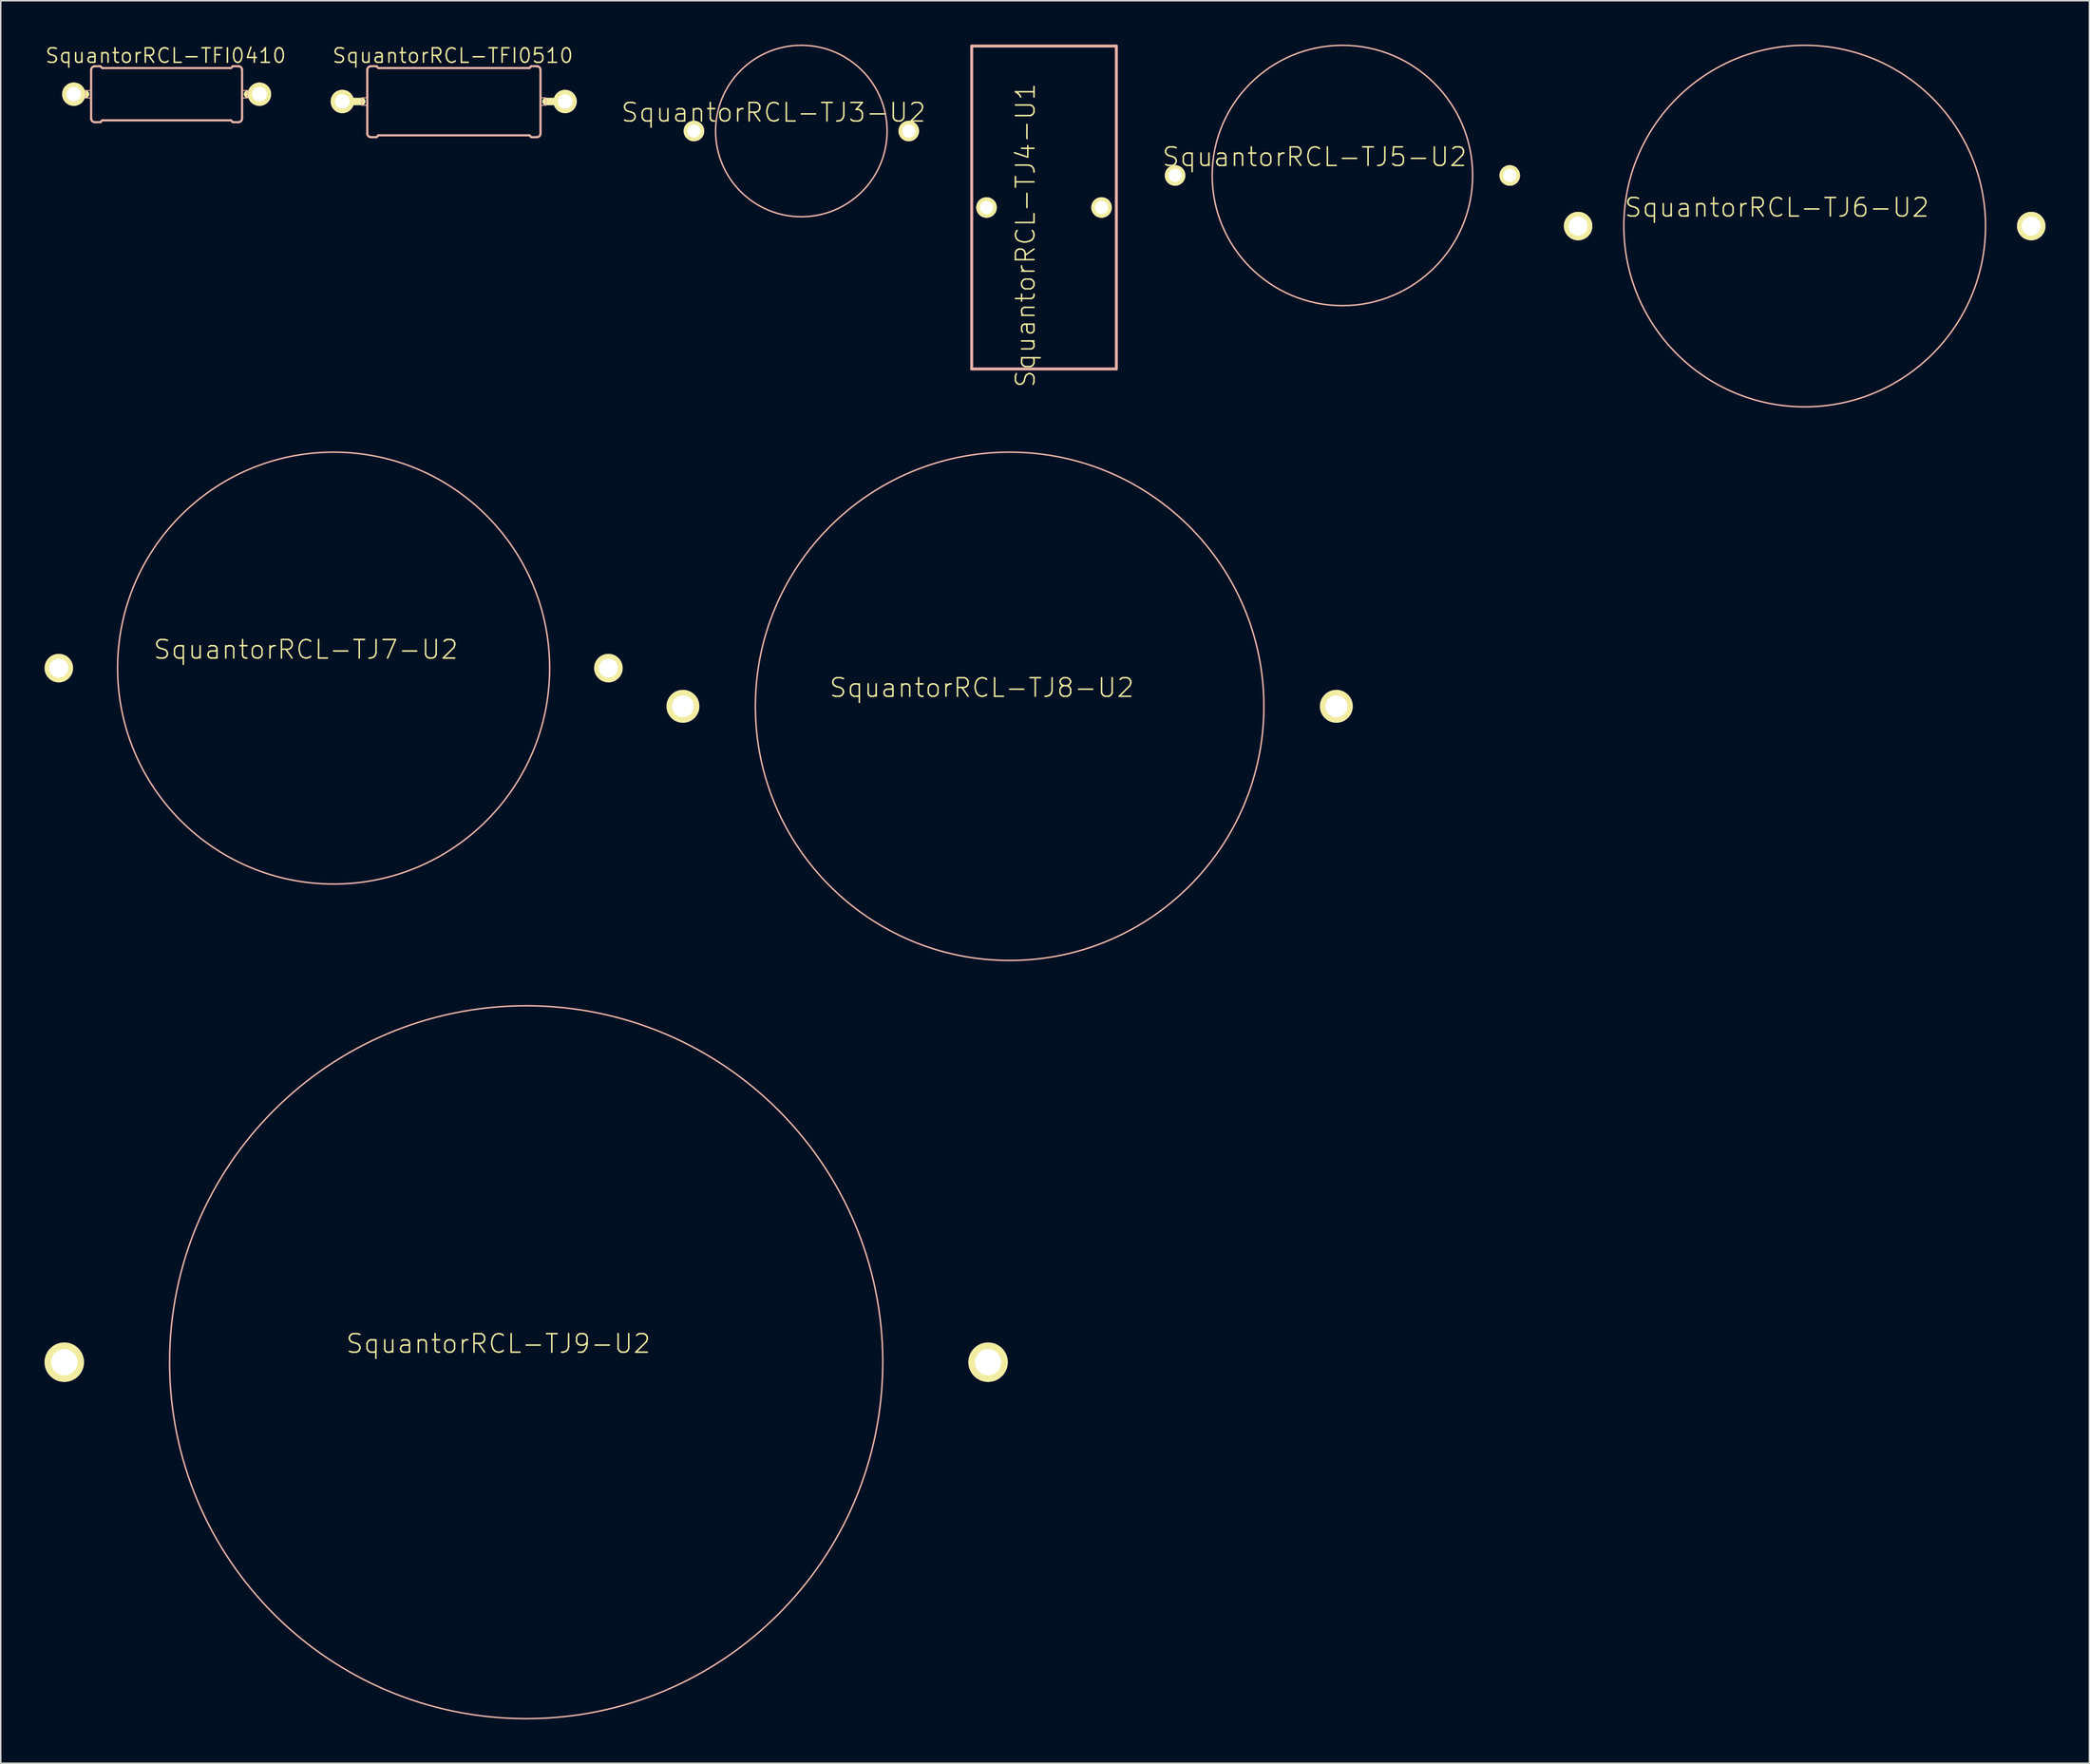
<source format=kicad_pcb>
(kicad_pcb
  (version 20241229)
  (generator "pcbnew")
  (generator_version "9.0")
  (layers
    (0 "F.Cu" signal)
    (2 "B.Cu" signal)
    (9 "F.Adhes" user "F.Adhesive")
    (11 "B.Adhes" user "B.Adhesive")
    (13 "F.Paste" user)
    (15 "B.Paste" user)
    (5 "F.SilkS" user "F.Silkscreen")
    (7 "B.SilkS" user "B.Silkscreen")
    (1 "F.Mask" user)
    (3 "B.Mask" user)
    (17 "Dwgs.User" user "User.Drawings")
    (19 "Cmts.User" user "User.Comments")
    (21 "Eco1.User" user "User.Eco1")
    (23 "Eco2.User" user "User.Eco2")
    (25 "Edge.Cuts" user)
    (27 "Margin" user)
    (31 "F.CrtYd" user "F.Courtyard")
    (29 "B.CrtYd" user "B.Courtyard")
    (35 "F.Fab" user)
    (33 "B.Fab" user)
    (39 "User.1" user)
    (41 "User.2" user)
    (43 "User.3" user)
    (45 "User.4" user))
  (footprint "SquantorRCL-TJ3-U2"
    (layer "F.Cu")
    (at 51.77 5.917)
    (property "Reference" "SquantorRCL-TJ3-U2" (at -1.905 -1.27 0) (layer "F.SilkS") (effects (font (size 1.27 1.27) (thickness 0.102))))
    (attr exclude_from_pos_files exclude_from_bom)
    (fp_circle (center 0 0) (end -4.148 4.148) (stroke (width 0.102) (type solid)) (fill no) (layer "B.SilkS"))
    (pad "1" thru_hole circle (at -7.348 0) (size 1.407 1.407) (drill 0.899) (layers "*.Cu" "F.Mask" "F.SilkS" "F.Paste"))
    (pad "2" thru_hole circle (at 7.348 0) (size 1.407 1.407) (drill 0.899) (layers "*.Cu" "F.Mask" "F.SilkS" "F.Paste")))
  (footprint "SquantorRCL-TFI0510"
    (layer "F.Cu")
    (at 27.988 3.897)
    (property "Reference" "SquantorRCL-TFI0510" (at -0.064 -3.139 0) (layer "F.SilkS") (effects (font (size 0.991 0.991) (thickness 0.102))))
    (attr exclude_from_pos_files exclude_from_bom)
    (fp_line (start -7.62 0) (end -6.289 0) (stroke (width 0.508) (type solid)) (layer "F.SilkS"))
    (fp_line (start 7.62 0) (end 6.314 0) (stroke (width 0.508) (type solid)) (layer "F.SilkS"))
    (fp_line (start -6.294 -0.254) (end -5.913 -0.254) (stroke (width 0.066) (type solid)) (layer "B.SilkS"))
    (fp_line (start -6.294 0.254) (end -6.294 -0.254) (stroke (width 0.066) (type solid)) (layer "B.SilkS"))
    (fp_line (start -6.294 0.254) (end -5.913 0.254) (stroke (width 0.066) (type solid)) (layer "B.SilkS"))
    (fp_line (start -5.913 0.254) (end -5.913 -0.254) (stroke (width 0.066) (type solid)) (layer "B.SilkS"))
    (fp_line (start -5.913 2.187) (end -5.913 -2.162) (stroke (width 0.152) (type solid)) (layer "B.SilkS"))
    (fp_line (start -5.659 -2.416) (end -5.278 -2.416) (stroke (width 0.152) (type solid)) (layer "B.SilkS"))
    (fp_line (start -5.659 2.441) (end -5.278 2.441) (stroke (width 0.152) (type solid)) (layer "B.SilkS"))
    (fp_line (start -5.151 -2.289) (end -5.278 -2.416) (stroke (width 0.152) (type solid)) (layer "B.SilkS"))
    (fp_line (start -5.151 2.314) (end -5.278 2.441) (stroke (width 0.152) (type solid)) (layer "B.SilkS"))
    (fp_line (start 5.177 -2.289) (end -5.151 -2.289) (stroke (width 0.152) (type solid)) (layer "B.SilkS"))
    (fp_line (start 5.177 -2.289) (end 5.304 -2.416) (stroke (width 0.152) (type solid)) (layer "B.SilkS"))
    (fp_line (start 5.177 2.314) (end -5.151 2.314) (stroke (width 0.152) (type solid)) (layer "B.SilkS"))
    (fp_line (start 5.177 2.314) (end 5.304 2.441) (stroke (width 0.152) (type solid)) (layer "B.SilkS"))
    (fp_line (start 5.685 -2.416) (end 5.304 -2.416) (stroke (width 0.152) (type solid)) (layer "B.SilkS"))
    (fp_line (start 5.685 2.441) (end 5.304 2.441) (stroke (width 0.152) (type solid)) (layer "B.SilkS"))
    (fp_line (start 5.939 -0.254) (end 6.32 -0.254) (stroke (width 0.066) (type solid)) (layer "B.SilkS"))
    (fp_line (start 5.939 0.254) (end 5.939 -0.254) (stroke (width 0.066) (type solid)) (layer "B.SilkS"))
    (fp_line (start 5.939 0.254) (end 6.32 0.254) (stroke (width 0.066) (type solid)) (layer "B.SilkS"))
    (fp_line (start 5.939 2.187) (end 5.939 -2.162) (stroke (width 0.152) (type solid)) (layer "B.SilkS"))
    (fp_line (start 6.32 0.254) (end 6.32 -0.254) (stroke (width 0.066) (type solid)) (layer "B.SilkS"))
    (fp_arc (start -5.91312 -2.16154) (mid -5.838725 -2.341145) (end -5.65912 -2.41554) (stroke (width 0.1524) (type solid)) (layer "B.SilkS"))
    (fp_arc (start -5.65912 2.44094) (mid -5.838725 2.366545) (end -5.91312 2.18694) (stroke (width 0.1524) (type solid)) (layer "B.SilkS"))
    (fp_arc (start 5.68452 -2.41554) (mid 5.864125 -2.341145) (end 5.93852 -2.16154) (stroke (width 0.1524) (type solid)) (layer "B.SilkS"))
    (fp_arc (start 5.93852 2.18694) (mid 5.864125 2.366545) (end 5.68452 2.44094) (stroke (width 0.1524) (type solid)) (layer "B.SilkS"))
    (pad "1" thru_hole circle (at -7.62 0) (size 1.598 1.598) (drill 0.998) (layers "*.Cu" "F.Mask" "F.SilkS" "F.Paste"))
    (pad "2" thru_hole circle (at 7.62 0) (size 1.598 1.598) (drill 0.998) (layers "*.Cu" "F.Mask" "F.SilkS" "F.Paste")))
  (footprint "SquantorRCL-TJ5-U2"
    (layer "F.Cu")
    (at 88.784 8.959)
    (property "Reference" "SquantorRCL-TJ5-U2" (at -1.905 -1.27 0) (layer "F.SilkS") (effects (font (size 1.27 1.27) (thickness 0.102))))
    (attr exclude_from_pos_files exclude_from_bom)
    (fp_circle (center 0 0) (end -6.299 6.299) (stroke (width 0.102) (type solid)) (fill no) (layer "B.SilkS"))
    (pad "1" thru_hole circle (at -11.448 0) (size 1.407 1.407) (drill 0.899) (layers "*.Cu" "F.Mask" "F.SilkS" "F.Paste"))
    (pad "2" thru_hole circle (at 11.448 0) (size 1.407 1.407) (drill 0.899) (layers "*.Cu" "F.Mask" "F.SilkS" "F.Paste")))
  (footprint "SquantorRCL-TJ7-U2"
    (layer "F.Cu")
    (at 19.773 42.673)
    (property "Reference" "SquantorRCL-TJ7-U2" (at -1.905 -1.27 0) (layer "F.SilkS") (effects (font (size 1.27 1.27) (thickness 0.102))))
    (attr exclude_from_pos_files exclude_from_bom)
    (fp_circle (center 0 0) (end -10.45 10.45) (stroke (width 0.102) (type solid)) (fill no) (layer "B.SilkS"))
    (pad "1" thru_hole circle (at -18.799 0) (size 1.948 1.948) (drill 1.298) (layers "*.Cu" "F.Mask" "F.SilkS" "F.Paste"))
    (pad "2" thru_hole circle (at 18.799 0) (size 1.948 1.948) (drill 1.298) (layers "*.Cu" "F.Mask" "F.SilkS" "F.Paste")))
  (footprint "SquantorRCL-TJ4-U1"
    (layer "F.Cu")
    (at 68.372 11.151)
    (property "Reference" "SquantorRCL-TJ4-U1" (at -1.27 1.905 90) (layer "F.SilkS") (effects (font (size 1.27 1.27) (thickness 0.102))))
    (attr exclude_from_pos_files exclude_from_bom)
    (fp_line (start -4.948 -11.049) (end 4.948 -11.049) (stroke (width 0.203) (type solid)) (layer "B.SilkS"))
    (fp_line (start -4.948 11.049) (end -4.948 -11.049) (stroke (width 0.203) (type solid)) (layer "B.SilkS"))
    (fp_line (start 4.948 -11.049) (end 4.948 11.049) (stroke (width 0.203) (type solid)) (layer "B.SilkS"))
    (fp_line (start 4.948 11.049) (end -4.948 11.049) (stroke (width 0.203) (type solid)) (layer "B.SilkS"))
    (pad "1" thru_hole circle (at -3.934 0) (size 1.407 1.407) (drill 0.899) (layers "*.Cu" "F.Mask" "F.SilkS" "F.Paste"))
    (pad "2" thru_hole circle (at 3.934 0) (size 1.407 1.407) (drill 0.899) (layers "*.Cu" "F.Mask" "F.SilkS" "F.Paste")))
  (footprint "SquantorRCL-TJ9-U2"
    (layer "F.Cu")
    (at 32.946 90.176)
    (property "Reference" "SquantorRCL-TJ9-U2" (at -1.905 -1.27 0) (layer "F.SilkS") (effects (font (size 1.27 1.27) (thickness 0.102))))
    (attr exclude_from_pos_files exclude_from_bom)
    (fp_circle (center 0 0) (end -17.249 17.249) (stroke (width 0.102) (type solid)) (fill no) (layer "B.SilkS"))
    (pad "1" thru_hole circle (at -31.598 0) (size 2.697 2.697) (drill 1.798) (layers "*.Cu" "F.Mask" "F.SilkS" "F.Paste"))
    (pad "2" thru_hole circle (at 31.598 0) (size 2.697 2.697) (drill 1.798) (layers "*.Cu" "F.Mask" "F.SilkS" "F.Paste")))
  (footprint "SquantorRCL-TJ6-U2"
    (layer "F.Cu")
    (at 120.408 12.422)
    (property "Reference" "SquantorRCL-TJ6-U2" (at -1.905 -1.27 0) (layer "F.SilkS") (effects (font (size 1.27 1.27) (thickness 0.102))))
    (attr exclude_from_pos_files exclude_from_bom)
    (fp_circle (center 0 0) (end -8.748 8.748) (stroke (width 0.102) (type solid)) (fill no) (layer "B.SilkS"))
    (pad "1" thru_hole circle (at -15.499 0) (size 1.948 1.948) (drill 1.298) (layers "*.Cu" "F.Mask" "F.SilkS" "F.Paste"))
    (pad "2" thru_hole circle (at 15.499 0) (size 1.948 1.948) (drill 1.298) (layers "*.Cu" "F.Mask" "F.SilkS" "F.Paste")))
  (footprint "SquantorRCL-TJ8-U2"
    (layer "F.Cu")
    (at 66.019 45.288)
    (property "Reference" "SquantorRCL-TJ8-U2" (at -1.905 -1.27 0) (layer "F.SilkS") (effects (font (size 1.27 1.27) (thickness 0.102))))
    (attr exclude_from_pos_files exclude_from_bom)
    (fp_circle (center 0 0) (end -12.299 12.299) (stroke (width 0.102) (type solid)) (fill no) (layer "B.SilkS"))
    (pad "1" thru_hole circle (at -22.349 0) (size 2.248 2.248) (drill 1.499) (layers "*.Cu" "F.Mask" "F.SilkS" "F.Paste"))
    (pad "2" thru_hole circle (at 22.349 0) (size 2.248 2.248) (drill 1.499) (layers "*.Cu" "F.Mask" "F.SilkS" "F.Paste")))
  (footprint "SquantorRCL-TFI0410"
    (layer "F.Cu")
    (at 8.348 3.397)
    (property "Reference" "SquantorRCL-TFI0410" (at -0.064 -2.639 0) (layer "F.SilkS") (effects (font (size 0.991 0.991) (thickness 0.102))))
    (attr exclude_from_pos_files exclude_from_bom)
    (fp_line (start -6.35 0) (end -5.54 0) (stroke (width 0.508) (type solid)) (layer "F.SilkS"))
    (fp_line (start 6.35 0) (end 5.54 0) (stroke (width 0.508) (type solid)) (layer "F.SilkS"))
    (fp_line (start -5.545 -0.254) (end -5.164 -0.254) (stroke (width 0.066) (type solid)) (layer "B.SilkS"))
    (fp_line (start -5.545 0.254) (end -5.545 -0.254) (stroke (width 0.066) (type solid)) (layer "B.SilkS"))
    (fp_line (start -5.545 0.254) (end -5.164 0.254) (stroke (width 0.066) (type solid)) (layer "B.SilkS"))
    (fp_line (start -5.164 0.254) (end -5.164 -0.254) (stroke (width 0.066) (type solid)) (layer "B.SilkS"))
    (fp_line (start -5.164 1.661) (end -5.164 -1.661) (stroke (width 0.152) (type solid)) (layer "B.SilkS"))
    (fp_line (start -4.91 -1.915) (end -4.529 -1.915) (stroke (width 0.152) (type solid)) (layer "B.SilkS"))
    (fp_line (start -4.91 1.915) (end -4.529 1.915) (stroke (width 0.152) (type solid)) (layer "B.SilkS"))
    (fp_line (start -4.402 -1.788) (end -4.529 -1.915) (stroke (width 0.152) (type solid)) (layer "B.SilkS"))
    (fp_line (start -4.402 1.788) (end -4.529 1.915) (stroke (width 0.152) (type solid)) (layer "B.SilkS"))
    (fp_line (start 4.402 -1.788) (end -4.402 -1.788) (stroke (width 0.152) (type solid)) (layer "B.SilkS"))
    (fp_line (start 4.402 -1.788) (end 4.529 -1.915) (stroke (width 0.152) (type solid)) (layer "B.SilkS"))
    (fp_line (start 4.402 1.788) (end -4.402 1.788) (stroke (width 0.152) (type solid)) (layer "B.SilkS"))
    (fp_line (start 4.402 1.788) (end 4.529 1.915) (stroke (width 0.152) (type solid)) (layer "B.SilkS"))
    (fp_line (start 4.91 -1.915) (end 4.529 -1.915) (stroke (width 0.152) (type solid)) (layer "B.SilkS"))
    (fp_line (start 4.91 1.915) (end 4.529 1.915) (stroke (width 0.152) (type solid)) (layer "B.SilkS"))
    (fp_line (start 5.164 -0.254) (end 5.545 -0.254) (stroke (width 0.066) (type solid)) (layer "B.SilkS"))
    (fp_line (start 5.164 0.254) (end 5.164 -0.254) (stroke (width 0.066) (type solid)) (layer "B.SilkS"))
    (fp_line (start 5.164 0.254) (end 5.545 0.254) (stroke (width 0.066) (type solid)) (layer "B.SilkS"))
    (fp_line (start 5.164 1.661) (end 5.164 -1.661) (stroke (width 0.152) (type solid)) (layer "B.SilkS"))
    (fp_line (start 5.545 0.254) (end 5.545 -0.254) (stroke (width 0.066) (type solid)) (layer "B.SilkS"))
    (fp_arc (start -5.16382 -1.66116) (mid -5.089425 -1.840765) (end -4.90982 -1.91516) (stroke (width 0.1524) (type solid)) (layer "B.SilkS"))
    (fp_arc (start -4.90982 1.91516) (mid -5.089425 1.840765) (end -5.16382 1.66116) (stroke (width 0.1524) (type solid)) (layer "B.SilkS"))
    (fp_arc (start 4.90982 -1.91516) (mid 5.089425 -1.840765) (end 5.16382 -1.66116) (stroke (width 0.1524) (type solid)) (layer "B.SilkS"))
    (fp_arc (start 5.16382 1.66116) (mid 5.089425 1.840765) (end 4.90982 1.91516) (stroke (width 0.1524) (type solid)) (layer "B.SilkS"))
    (pad "1" thru_hole circle (at -6.35 0) (size 1.598 1.598) (drill 0.998) (layers "*.Cu" "F.Mask" "F.SilkS" "F.Paste"))
    (pad "2" thru_hole circle (at 6.35 0) (size 1.598 1.598) (drill 0.998) (layers "*.Cu" "F.Mask" "F.SilkS" "F.Paste")))
  (gr_rect
    (start -3 -3)
    (end 139.882 117.621)
    (stroke (width 0.1) (type default))
    (fill no)
    (layer "Edge.Cuts")))
</source>
